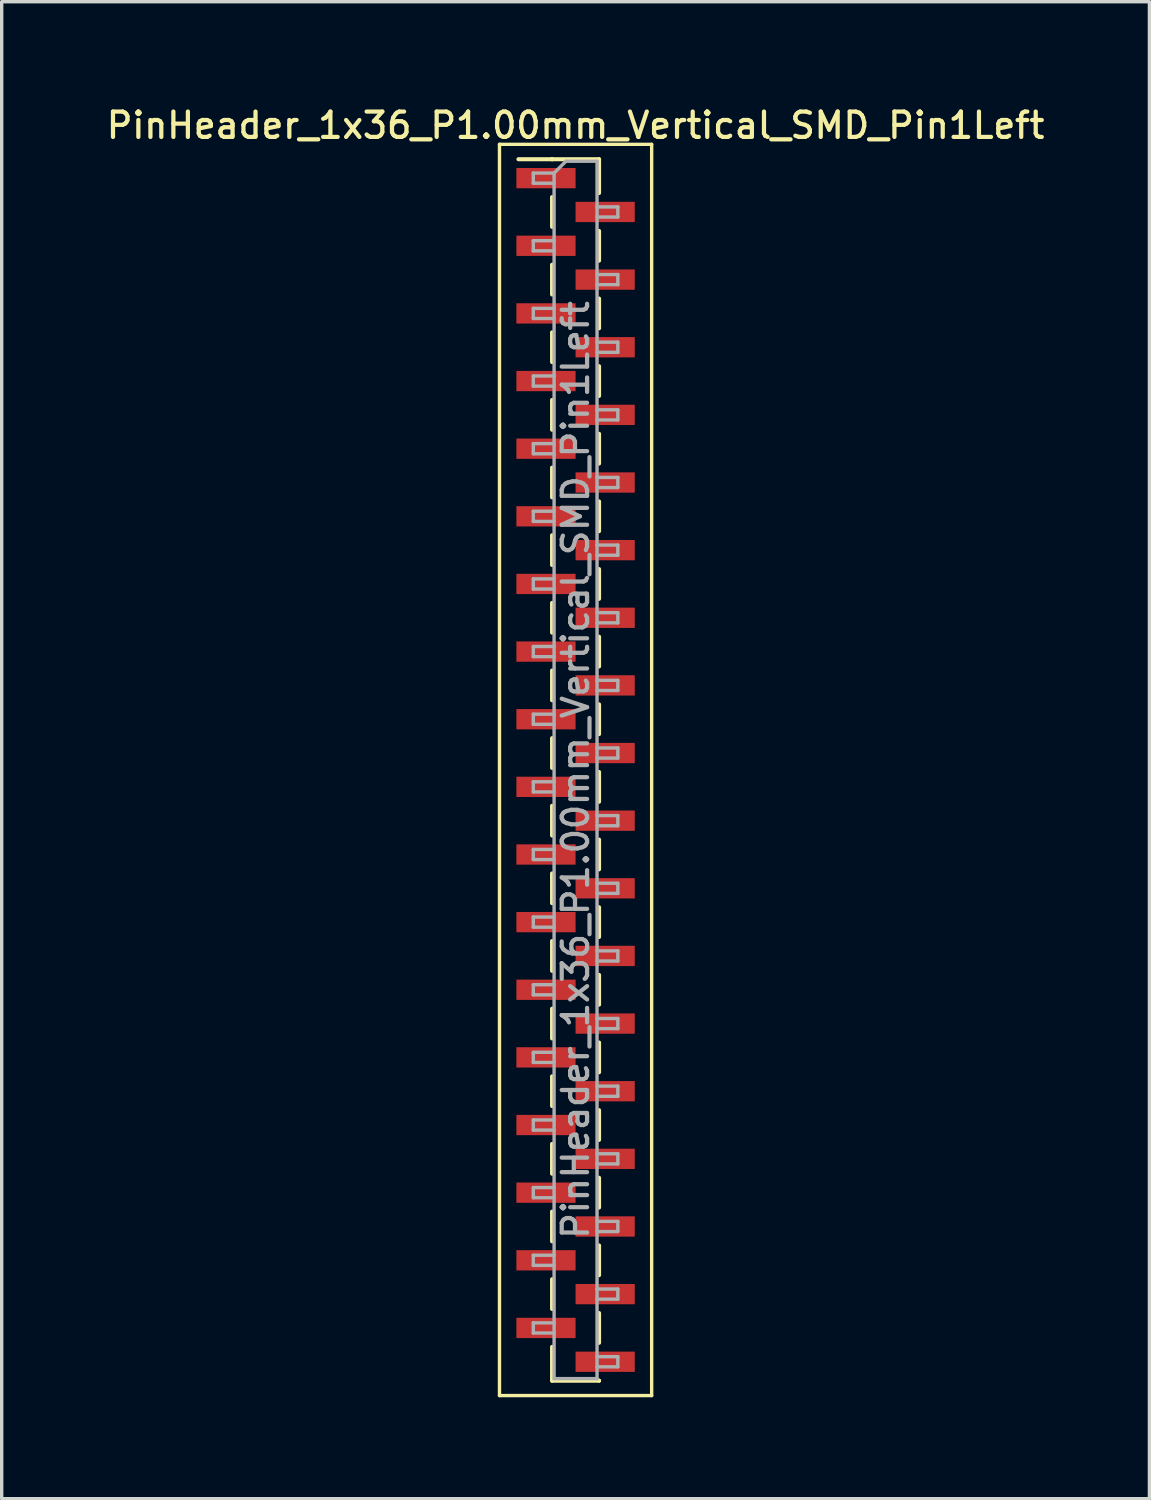
<source format=kicad_pcb>
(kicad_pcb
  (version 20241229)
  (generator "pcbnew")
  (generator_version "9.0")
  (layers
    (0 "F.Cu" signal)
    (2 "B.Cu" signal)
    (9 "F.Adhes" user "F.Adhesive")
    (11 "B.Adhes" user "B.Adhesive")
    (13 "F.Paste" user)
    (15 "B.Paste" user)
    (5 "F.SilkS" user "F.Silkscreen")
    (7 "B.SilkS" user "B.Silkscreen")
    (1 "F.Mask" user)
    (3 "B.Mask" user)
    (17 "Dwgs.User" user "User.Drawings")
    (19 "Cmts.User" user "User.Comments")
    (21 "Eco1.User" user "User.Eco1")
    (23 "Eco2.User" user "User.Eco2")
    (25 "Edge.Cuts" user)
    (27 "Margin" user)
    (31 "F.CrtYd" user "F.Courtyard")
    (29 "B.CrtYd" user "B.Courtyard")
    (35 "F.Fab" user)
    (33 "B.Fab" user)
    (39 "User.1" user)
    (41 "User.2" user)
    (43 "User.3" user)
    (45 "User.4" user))
  (footprint "PinHeader_1x36_P1.00mm_Vertical_SMD_Pin1Left"
    (layer "F.Cu")
    (at 13.97 19.718)
    (property "Reference" "PinHeader_1x36_P1.00mm_Vertical_SMD_Pin1Left" (at 0 -19.06 0) (layer "F.SilkS") (effects (font (size 0.75 0.75) (thickness 0.125))))
    (attr smd)
    (fp_line (start -2.25 -18.5) (end -2.25 18.5) (stroke (width 0.1) (type solid)) (layer "F.SilkS"))
    (fp_line (start -2.25 18.5) (end 2.25 18.5) (stroke (width 0.1) (type solid)) (layer "F.SilkS"))
    (fp_line (start -0.695 -18.06) (end -1.69 -18.06) (stroke (width 0.12) (type solid)) (layer "F.SilkS"))
    (fp_line (start -0.695 -18.06) (end -0.695 -18.06) (stroke (width 0.12) (type solid)) (layer "F.SilkS"))
    (fp_line (start -0.695 -18.06) (end 0.695 -18.06) (stroke (width 0.12) (type solid)) (layer "F.SilkS"))
    (fp_line (start -0.695 -16.94) (end -0.695 -16.06) (stroke (width 0.12) (type solid)) (layer "F.SilkS"))
    (fp_line (start -0.695 -14.94) (end -0.695 -14.06) (stroke (width 0.12) (type solid)) (layer "F.SilkS"))
    (fp_line (start -0.695 -12.94) (end -0.695 -12.06) (stroke (width 0.12) (type solid)) (layer "F.SilkS"))
    (fp_line (start -0.695 -10.94) (end -0.695 -10.06) (stroke (width 0.12) (type solid)) (layer "F.SilkS"))
    (fp_line (start -0.695 -8.94) (end -0.695 -8.06) (stroke (width 0.12) (type solid)) (layer "F.SilkS"))
    (fp_line (start -0.695 -6.94) (end -0.695 -6.06) (stroke (width 0.12) (type solid)) (layer "F.SilkS"))
    (fp_line (start -0.695 -4.94) (end -0.695 -4.06) (stroke (width 0.12) (type solid)) (layer "F.SilkS"))
    (fp_line (start -0.695 -2.94) (end -0.695 -2.06) (stroke (width 0.12) (type solid)) (layer "F.SilkS"))
    (fp_line (start -0.695 -0.94) (end -0.695 -0.06) (stroke (width 0.12) (type solid)) (layer "F.SilkS"))
    (fp_line (start -0.695 1.06) (end -0.695 1.94) (stroke (width 0.12) (type solid)) (layer "F.SilkS"))
    (fp_line (start -0.695 3.06) (end -0.695 3.94) (stroke (width 0.12) (type solid)) (layer "F.SilkS"))
    (fp_line (start -0.695 5.06) (end -0.695 5.94) (stroke (width 0.12) (type solid)) (layer "F.SilkS"))
    (fp_line (start -0.695 7.06) (end -0.695 7.94) (stroke (width 0.12) (type solid)) (layer "F.SilkS"))
    (fp_line (start -0.695 9.06) (end -0.695 9.94) (stroke (width 0.12) (type solid)) (layer "F.SilkS"))
    (fp_line (start -0.695 11.06) (end -0.695 11.94) (stroke (width 0.12) (type solid)) (layer "F.SilkS"))
    (fp_line (start -0.695 13.06) (end -0.695 13.94) (stroke (width 0.12) (type solid)) (layer "F.SilkS"))
    (fp_line (start -0.695 15.06) (end -0.695 15.94) (stroke (width 0.12) (type solid)) (layer "F.SilkS"))
    (fp_line (start -0.695 17.06) (end -0.695 18.06) (stroke (width 0.12) (type solid)) (layer "F.SilkS"))
    (fp_line (start -0.695 18.06) (end 0.695 18.06) (stroke (width 0.12) (type solid)) (layer "F.SilkS"))
    (fp_line (start 0.695 -18.06) (end 0.695 -17.06) (stroke (width 0.12) (type solid)) (layer "F.SilkS"))
    (fp_line (start 0.695 -15.94) (end 0.695 -15.06) (stroke (width 0.12) (type solid)) (layer "F.SilkS"))
    (fp_line (start 0.695 -13.94) (end 0.695 -13.06) (stroke (width 0.12) (type solid)) (layer "F.SilkS"))
    (fp_line (start 0.695 -11.94) (end 0.695 -11.06) (stroke (width 0.12) (type solid)) (layer "F.SilkS"))
    (fp_line (start 0.695 -9.94) (end 0.695 -9.06) (stroke (width 0.12) (type solid)) (layer "F.SilkS"))
    (fp_line (start 0.695 -7.94) (end 0.695 -7.06) (stroke (width 0.12) (type solid)) (layer "F.SilkS"))
    (fp_line (start 0.695 -5.94) (end 0.695 -5.06) (stroke (width 0.12) (type solid)) (layer "F.SilkS"))
    (fp_line (start 0.695 -3.94) (end 0.695 -3.06) (stroke (width 0.12) (type solid)) (layer "F.SilkS"))
    (fp_line (start 0.695 -1.94) (end 0.695 -1.06) (stroke (width 0.12) (type solid)) (layer "F.SilkS"))
    (fp_line (start 0.695 0.06) (end 0.695 0.94) (stroke (width 0.12) (type solid)) (layer "F.SilkS"))
    (fp_line (start 0.695 2.06) (end 0.695 2.94) (stroke (width 0.12) (type solid)) (layer "F.SilkS"))
    (fp_line (start 0.695 4.06) (end 0.695 4.94) (stroke (width 0.12) (type solid)) (layer "F.SilkS"))
    (fp_line (start 0.695 6.06) (end 0.695 6.94) (stroke (width 0.12) (type solid)) (layer "F.SilkS"))
    (fp_line (start 0.695 8.06) (end 0.695 8.94) (stroke (width 0.12) (type solid)) (layer "F.SilkS"))
    (fp_line (start 0.695 10.06) (end 0.695 10.94) (stroke (width 0.12) (type solid)) (layer "F.SilkS"))
    (fp_line (start 0.695 12.06) (end 0.695 12.94) (stroke (width 0.12) (type solid)) (layer "F.SilkS"))
    (fp_line (start 0.695 14.06) (end 0.695 14.94) (stroke (width 0.12) (type solid)) (layer "F.SilkS"))
    (fp_line (start 0.695 16.06) (end 0.695 16.94) (stroke (width 0.12) (type solid)) (layer "F.SilkS"))
    (fp_line (start 0.695 18.06) (end 0.695 18.06) (stroke (width 0.12) (type solid)) (layer "F.SilkS"))
    (fp_line (start 2.25 -18.5) (end -2.25 -18.5) (stroke (width 0.1) (type solid)) (layer "F.SilkS"))
    (fp_line (start 2.25 18.5) (end 2.25 -18.5) (stroke (width 0.1) (type solid)) (layer "F.SilkS"))
    (fp_line (start -1.25 -17.65) (end -1.25 -17.35) (stroke (width 0.1) (type solid)) (layer "F.Fab"))
    (fp_line (start -1.25 -17.35) (end -0.635 -17.35) (stroke (width 0.1) (type solid)) (layer "F.Fab"))
    (fp_line (start -1.25 -15.65) (end -1.25 -15.35) (stroke (width 0.1) (type solid)) (layer "F.Fab"))
    (fp_line (start -1.25 -15.35) (end -0.635 -15.35) (stroke (width 0.1) (type solid)) (layer "F.Fab"))
    (fp_line (start -1.25 -13.65) (end -1.25 -13.35) (stroke (width 0.1) (type solid)) (layer "F.Fab"))
    (fp_line (start -1.25 -13.35) (end -0.635 -13.35) (stroke (width 0.1) (type solid)) (layer "F.Fab"))
    (fp_line (start -1.25 -11.65) (end -1.25 -11.35) (stroke (width 0.1) (type solid)) (layer "F.Fab"))
    (fp_line (start -1.25 -11.35) (end -0.635 -11.35) (stroke (width 0.1) (type solid)) (layer "F.Fab"))
    (fp_line (start -1.25 -9.65) (end -1.25 -9.35) (stroke (width 0.1) (type solid)) (layer "F.Fab"))
    (fp_line (start -1.25 -9.35) (end -0.635 -9.35) (stroke (width 0.1) (type solid)) (layer "F.Fab"))
    (fp_line (start -1.25 -7.65) (end -1.25 -7.35) (stroke (width 0.1) (type solid)) (layer "F.Fab"))
    (fp_line (start -1.25 -7.35) (end -0.635 -7.35) (stroke (width 0.1) (type solid)) (layer "F.Fab"))
    (fp_line (start -1.25 -5.65) (end -1.25 -5.35) (stroke (width 0.1) (type solid)) (layer "F.Fab"))
    (fp_line (start -1.25 -5.35) (end -0.635 -5.35) (stroke (width 0.1) (type solid)) (layer "F.Fab"))
    (fp_line (start -1.25 -3.65) (end -1.25 -3.35) (stroke (width 0.1) (type solid)) (layer "F.Fab"))
    (fp_line (start -1.25 -3.35) (end -0.635 -3.35) (stroke (width 0.1) (type solid)) (layer "F.Fab"))
    (fp_line (start -1.25 -1.65) (end -1.25 -1.35) (stroke (width 0.1) (type solid)) (layer "F.Fab"))
    (fp_line (start -1.25 -1.35) (end -0.635 -1.35) (stroke (width 0.1) (type solid)) (layer "F.Fab"))
    (fp_line (start -1.25 0.35) (end -1.25 0.65) (stroke (width 0.1) (type solid)) (layer "F.Fab"))
    (fp_line (start -1.25 0.65) (end -0.635 0.65) (stroke (width 0.1) (type solid)) (layer "F.Fab"))
    (fp_line (start -1.25 2.35) (end -1.25 2.65) (stroke (width 0.1) (type solid)) (layer "F.Fab"))
    (fp_line (start -1.25 2.65) (end -0.635 2.65) (stroke (width 0.1) (type solid)) (layer "F.Fab"))
    (fp_line (start -1.25 4.35) (end -1.25 4.65) (stroke (width 0.1) (type solid)) (layer "F.Fab"))
    (fp_line (start -1.25 4.65) (end -0.635 4.65) (stroke (width 0.1) (type solid)) (layer "F.Fab"))
    (fp_line (start -1.25 6.35) (end -1.25 6.65) (stroke (width 0.1) (type solid)) (layer "F.Fab"))
    (fp_line (start -1.25 6.65) (end -0.635 6.65) (stroke (width 0.1) (type solid)) (layer "F.Fab"))
    (fp_line (start -1.25 8.35) (end -1.25 8.65) (stroke (width 0.1) (type solid)) (layer "F.Fab"))
    (fp_line (start -1.25 8.65) (end -0.635 8.65) (stroke (width 0.1) (type solid)) (layer "F.Fab"))
    (fp_line (start -1.25 10.35) (end -1.25 10.65) (stroke (width 0.1) (type solid)) (layer "F.Fab"))
    (fp_line (start -1.25 10.65) (end -0.635 10.65) (stroke (width 0.1) (type solid)) (layer "F.Fab"))
    (fp_line (start -1.25 12.35) (end -1.25 12.65) (stroke (width 0.1) (type solid)) (layer "F.Fab"))
    (fp_line (start -1.25 12.65) (end -0.635 12.65) (stroke (width 0.1) (type solid)) (layer "F.Fab"))
    (fp_line (start -1.25 14.35) (end -1.25 14.65) (stroke (width 0.1) (type solid)) (layer "F.Fab"))
    (fp_line (start -1.25 14.65) (end -0.635 14.65) (stroke (width 0.1) (type solid)) (layer "F.Fab"))
    (fp_line (start -1.25 16.35) (end -1.25 16.65) (stroke (width 0.1) (type solid)) (layer "F.Fab"))
    (fp_line (start -1.25 16.65) (end -0.635 16.65) (stroke (width 0.1) (type solid)) (layer "F.Fab"))
    (fp_line (start -0.635 -17.65) (end -1.25 -17.65) (stroke (width 0.1) (type solid)) (layer "F.Fab"))
    (fp_line (start -0.635 -17.65) (end -0.285 -18) (stroke (width 0.1) (type solid)) (layer "F.Fab"))
    (fp_line (start -0.635 -15.65) (end -1.25 -15.65) (stroke (width 0.1) (type solid)) (layer "F.Fab"))
    (fp_line (start -0.635 -13.65) (end -1.25 -13.65) (stroke (width 0.1) (type solid)) (layer "F.Fab"))
    (fp_line (start -0.635 -11.65) (end -1.25 -11.65) (stroke (width 0.1) (type solid)) (layer "F.Fab"))
    (fp_line (start -0.635 -9.65) (end -1.25 -9.65) (stroke (width 0.1) (type solid)) (layer "F.Fab"))
    (fp_line (start -0.635 -7.65) (end -1.25 -7.65) (stroke (width 0.1) (type solid)) (layer "F.Fab"))
    (fp_line (start -0.635 -5.65) (end -1.25 -5.65) (stroke (width 0.1) (type solid)) (layer "F.Fab"))
    (fp_line (start -0.635 -3.65) (end -1.25 -3.65) (stroke (width 0.1) (type solid)) (layer "F.Fab"))
    (fp_line (start -0.635 -1.65) (end -1.25 -1.65) (stroke (width 0.1) (type solid)) (layer "F.Fab"))
    (fp_line (start -0.635 0.35) (end -1.25 0.35) (stroke (width 0.1) (type solid)) (layer "F.Fab"))
    (fp_line (start -0.635 2.35) (end -1.25 2.35) (stroke (width 0.1) (type solid)) (layer "F.Fab"))
    (fp_line (start -0.635 4.35) (end -1.25 4.35) (stroke (width 0.1) (type solid)) (layer "F.Fab"))
    (fp_line (start -0.635 6.35) (end -1.25 6.35) (stroke (width 0.1) (type solid)) (layer "F.Fab"))
    (fp_line (start -0.635 8.35) (end -1.25 8.35) (stroke (width 0.1) (type solid)) (layer "F.Fab"))
    (fp_line (start -0.635 10.35) (end -1.25 10.35) (stroke (width 0.1) (type solid)) (layer "F.Fab"))
    (fp_line (start -0.635 12.35) (end -1.25 12.35) (stroke (width 0.1) (type solid)) (layer "F.Fab"))
    (fp_line (start -0.635 14.35) (end -1.25 14.35) (stroke (width 0.1) (type solid)) (layer "F.Fab"))
    (fp_line (start -0.635 16.35) (end -1.25 16.35) (stroke (width 0.1) (type solid)) (layer "F.Fab"))
    (fp_line (start -0.635 18) (end -0.635 -17.65) (stroke (width 0.1) (type solid)) (layer "F.Fab"))
    (fp_line (start -0.285 -18) (end 0.635 -18) (stroke (width 0.1) (type solid)) (layer "F.Fab"))
    (fp_line (start 0.635 -18) (end 0.635 18) (stroke (width 0.1) (type solid)) (layer "F.Fab"))
    (fp_line (start 0.635 -16.65) (end 1.25 -16.65) (stroke (width 0.1) (type solid)) (layer "F.Fab"))
    (fp_line (start 0.635 -14.65) (end 1.25 -14.65) (stroke (width 0.1) (type solid)) (layer "F.Fab"))
    (fp_line (start 0.635 -12.65) (end 1.25 -12.65) (stroke (width 0.1) (type solid)) (layer "F.Fab"))
    (fp_line (start 0.635 -10.65) (end 1.25 -10.65) (stroke (width 0.1) (type solid)) (layer "F.Fab"))
    (fp_line (start 0.635 -8.65) (end 1.25 -8.65) (stroke (width 0.1) (type solid)) (layer "F.Fab"))
    (fp_line (start 0.635 -6.65) (end 1.25 -6.65) (stroke (width 0.1) (type solid)) (layer "F.Fab"))
    (fp_line (start 0.635 -4.65) (end 1.25 -4.65) (stroke (width 0.1) (type solid)) (layer "F.Fab"))
    (fp_line (start 0.635 -2.65) (end 1.25 -2.65) (stroke (width 0.1) (type solid)) (layer "F.Fab"))
    (fp_line (start 0.635 -0.65) (end 1.25 -0.65) (stroke (width 0.1) (type solid)) (layer "F.Fab"))
    (fp_line (start 0.635 1.35) (end 1.25 1.35) (stroke (width 0.1) (type solid)) (layer "F.Fab"))
    (fp_line (start 0.635 3.35) (end 1.25 3.35) (stroke (width 0.1) (type solid)) (layer "F.Fab"))
    (fp_line (start 0.635 5.35) (end 1.25 5.35) (stroke (width 0.1) (type solid)) (layer "F.Fab"))
    (fp_line (start 0.635 7.35) (end 1.25 7.35) (stroke (width 0.1) (type solid)) (layer "F.Fab"))
    (fp_line (start 0.635 9.35) (end 1.25 9.35) (stroke (width 0.1) (type solid)) (layer "F.Fab"))
    (fp_line (start 0.635 11.35) (end 1.25 11.35) (stroke (width 0.1) (type solid)) (layer "F.Fab"))
    (fp_line (start 0.635 13.35) (end 1.25 13.35) (stroke (width 0.1) (type solid)) (layer "F.Fab"))
    (fp_line (start 0.635 15.35) (end 1.25 15.35) (stroke (width 0.1) (type solid)) (layer "F.Fab"))
    (fp_line (start 0.635 17.35) (end 1.25 17.35) (stroke (width 0.1) (type solid)) (layer "F.Fab"))
    (fp_line (start 0.635 18) (end -0.635 18) (stroke (width 0.1) (type solid)) (layer "F.Fab"))
    (fp_line (start 1.25 -16.65) (end 1.25 -16.35) (stroke (width 0.1) (type solid)) (layer "F.Fab"))
    (fp_line (start 1.25 -16.35) (end 0.635 -16.35) (stroke (width 0.1) (type solid)) (layer "F.Fab"))
    (fp_line (start 1.25 -14.65) (end 1.25 -14.35) (stroke (width 0.1) (type solid)) (layer "F.Fab"))
    (fp_line (start 1.25 -14.35) (end 0.635 -14.35) (stroke (width 0.1) (type solid)) (layer "F.Fab"))
    (fp_line (start 1.25 -12.65) (end 1.25 -12.35) (stroke (width 0.1) (type solid)) (layer "F.Fab"))
    (fp_line (start 1.25 -12.35) (end 0.635 -12.35) (stroke (width 0.1) (type solid)) (layer "F.Fab"))
    (fp_line (start 1.25 -10.65) (end 1.25 -10.35) (stroke (width 0.1) (type solid)) (layer "F.Fab"))
    (fp_line (start 1.25 -10.35) (end 0.635 -10.35) (stroke (width 0.1) (type solid)) (layer "F.Fab"))
    (fp_line (start 1.25 -8.65) (end 1.25 -8.35) (stroke (width 0.1) (type solid)) (layer "F.Fab"))
    (fp_line (start 1.25 -8.35) (end 0.635 -8.35) (stroke (width 0.1) (type solid)) (layer "F.Fab"))
    (fp_line (start 1.25 -6.65) (end 1.25 -6.35) (stroke (width 0.1) (type solid)) (layer "F.Fab"))
    (fp_line (start 1.25 -6.35) (end 0.635 -6.35) (stroke (width 0.1) (type solid)) (layer "F.Fab"))
    (fp_line (start 1.25 -4.65) (end 1.25 -4.35) (stroke (width 0.1) (type solid)) (layer "F.Fab"))
    (fp_line (start 1.25 -4.35) (end 0.635 -4.35) (stroke (width 0.1) (type solid)) (layer "F.Fab"))
    (fp_line (start 1.25 -2.65) (end 1.25 -2.35) (stroke (width 0.1) (type solid)) (layer "F.Fab"))
    (fp_line (start 1.25 -2.35) (end 0.635 -2.35) (stroke (width 0.1) (type solid)) (layer "F.Fab"))
    (fp_line (start 1.25 -0.65) (end 1.25 -0.35) (stroke (width 0.1) (type solid)) (layer "F.Fab"))
    (fp_line (start 1.25 -0.35) (end 0.635 -0.35) (stroke (width 0.1) (type solid)) (layer "F.Fab"))
    (fp_line (start 1.25 1.35) (end 1.25 1.65) (stroke (width 0.1) (type solid)) (layer "F.Fab"))
    (fp_line (start 1.25 1.65) (end 0.635 1.65) (stroke (width 0.1) (type solid)) (layer "F.Fab"))
    (fp_line (start 1.25 3.35) (end 1.25 3.65) (stroke (width 0.1) (type solid)) (layer "F.Fab"))
    (fp_line (start 1.25 3.65) (end 0.635 3.65) (stroke (width 0.1) (type solid)) (layer "F.Fab"))
    (fp_line (start 1.25 5.35) (end 1.25 5.65) (stroke (width 0.1) (type solid)) (layer "F.Fab"))
    (fp_line (start 1.25 5.65) (end 0.635 5.65) (stroke (width 0.1) (type solid)) (layer "F.Fab"))
    (fp_line (start 1.25 7.35) (end 1.25 7.65) (stroke (width 0.1) (type solid)) (layer "F.Fab"))
    (fp_line (start 1.25 7.65) (end 0.635 7.65) (stroke (width 0.1) (type solid)) (layer "F.Fab"))
    (fp_line (start 1.25 9.35) (end 1.25 9.65) (stroke (width 0.1) (type solid)) (layer "F.Fab"))
    (fp_line (start 1.25 9.65) (end 0.635 9.65) (stroke (width 0.1) (type solid)) (layer "F.Fab"))
    (fp_line (start 1.25 11.35) (end 1.25 11.65) (stroke (width 0.1) (type solid)) (layer "F.Fab"))
    (fp_line (start 1.25 11.65) (end 0.635 11.65) (stroke (width 0.1) (type solid)) (layer "F.Fab"))
    (fp_line (start 1.25 13.35) (end 1.25 13.65) (stroke (width 0.1) (type solid)) (layer "F.Fab"))
    (fp_line (start 1.25 13.65) (end 0.635 13.65) (stroke (width 0.1) (type solid)) (layer "F.Fab"))
    (fp_line (start 1.25 15.35) (end 1.25 15.65) (stroke (width 0.1) (type solid)) (layer "F.Fab"))
    (fp_line (start 1.25 15.65) (end 0.635 15.65) (stroke (width 0.1) (type solid)) (layer "F.Fab"))
    (fp_line (start 1.25 17.35) (end 1.25 17.65) (stroke (width 0.1) (type solid)) (layer "F.Fab"))
    (fp_line (start 1.25 17.65) (end 0.635 17.65) (stroke (width 0.1) (type solid)) (layer "F.Fab"))
    (fp_text user "${REFERENCE}" (at 0 0 90) (layer "F.Fab") (effects (font (size 0.75 0.75) (thickness 0.125))))
    (pad "1" smd rect (at -0.875 -17.5) (size 1.75 0.6) (layers "F.Cu" "F.Mask" "F.Paste"))
    (pad "2" smd rect (at 0.875 -16.5) (size 1.75 0.6) (layers "F.Cu" "F.Mask" "F.Paste"))
    (pad "3" smd rect (at -0.875 -15.5) (size 1.75 0.6) (layers "F.Cu" "F.Mask" "F.Paste"))
    (pad "4" smd rect (at 0.875 -14.5) (size 1.75 0.6) (layers "F.Cu" "F.Mask" "F.Paste"))
    (pad "5" smd rect (at -0.875 -13.5) (size 1.75 0.6) (layers "F.Cu" "F.Mask" "F.Paste"))
    (pad "6" smd rect (at 0.875 -12.5) (size 1.75 0.6) (layers "F.Cu" "F.Mask" "F.Paste"))
    (pad "7" smd rect (at -0.875 -11.5) (size 1.75 0.6) (layers "F.Cu" "F.Mask" "F.Paste"))
    (pad "8" smd rect (at 0.875 -10.5) (size 1.75 0.6) (layers "F.Cu" "F.Mask" "F.Paste"))
    (pad "9" smd rect (at -0.875 -9.5) (size 1.75 0.6) (layers "F.Cu" "F.Mask" "F.Paste"))
    (pad "10" smd rect (at 0.875 -8.5) (size 1.75 0.6) (layers "F.Cu" "F.Mask" "F.Paste"))
    (pad "11" smd rect (at -0.875 -7.5) (size 1.75 0.6) (layers "F.Cu" "F.Mask" "F.Paste"))
    (pad "12" smd rect (at 0.875 -6.5) (size 1.75 0.6) (layers "F.Cu" "F.Mask" "F.Paste"))
    (pad "13" smd rect (at -0.875 -5.5) (size 1.75 0.6) (layers "F.Cu" "F.Mask" "F.Paste"))
    (pad "14" smd rect (at 0.875 -4.5) (size 1.75 0.6) (layers "F.Cu" "F.Mask" "F.Paste"))
    (pad "15" smd rect (at -0.875 -3.5) (size 1.75 0.6) (layers "F.Cu" "F.Mask" "F.Paste"))
    (pad "16" smd rect (at 0.875 -2.5) (size 1.75 0.6) (layers "F.Cu" "F.Mask" "F.Paste"))
    (pad "17" smd rect (at -0.875 -1.5) (size 1.75 0.6) (layers "F.Cu" "F.Mask" "F.Paste"))
    (pad "18" smd rect (at 0.875 -0.5) (size 1.75 0.6) (layers "F.Cu" "F.Mask" "F.Paste"))
    (pad "19" smd rect (at -0.875 0.5) (size 1.75 0.6) (layers "F.Cu" "F.Mask" "F.Paste"))
    (pad "20" smd rect (at 0.875 1.5) (size 1.75 0.6) (layers "F.Cu" "F.Mask" "F.Paste"))
    (pad "21" smd rect (at -0.875 2.5) (size 1.75 0.6) (layers "F.Cu" "F.Mask" "F.Paste"))
    (pad "22" smd rect (at 0.875 3.5) (size 1.75 0.6) (layers "F.Cu" "F.Mask" "F.Paste"))
    (pad "23" smd rect (at -0.875 4.5) (size 1.75 0.6) (layers "F.Cu" "F.Mask" "F.Paste"))
    (pad "24" smd rect (at 0.875 5.5) (size 1.75 0.6) (layers "F.Cu" "F.Mask" "F.Paste"))
    (pad "25" smd rect (at -0.875 6.5) (size 1.75 0.6) (layers "F.Cu" "F.Mask" "F.Paste"))
    (pad "26" smd rect (at 0.875 7.5) (size 1.75 0.6) (layers "F.Cu" "F.Mask" "F.Paste"))
    (pad "27" smd rect (at -0.875 8.5) (size 1.75 0.6) (layers "F.Cu" "F.Mask" "F.Paste"))
    (pad "28" smd rect (at 0.875 9.5) (size 1.75 0.6) (layers "F.Cu" "F.Mask" "F.Paste"))
    (pad "29" smd rect (at -0.875 10.5) (size 1.75 0.6) (layers "F.Cu" "F.Mask" "F.Paste"))
    (pad "30" smd rect (at 0.875 11.5) (size 1.75 0.6) (layers "F.Cu" "F.Mask" "F.Paste"))
    (pad "31" smd rect (at -0.875 12.5) (size 1.75 0.6) (layers "F.Cu" "F.Mask" "F.Paste"))
    (pad "32" smd rect (at 0.875 13.5) (size 1.75 0.6) (layers "F.Cu" "F.Mask" "F.Paste"))
    (pad "33" smd rect (at -0.875 14.5) (size 1.75 0.6) (layers "F.Cu" "F.Mask" "F.Paste"))
    (pad "34" smd rect (at 0.875 15.5) (size 1.75 0.6) (layers "F.Cu" "F.Mask" "F.Paste"))
    (pad "35" smd rect (at -0.875 16.5) (size 1.75 0.6) (layers "F.Cu" "F.Mask" "F.Paste"))
    (pad "36" smd rect (at 0.875 17.5) (size 1.75 0.6) (layers "F.Cu" "F.Mask" "F.Paste")))
  (gr_rect
    (start -3 -3)
    (end 30.939 41.268)
    (stroke (width 0.1) (type default))
    (fill no)
    (layer "Edge.Cuts")))
</source>
